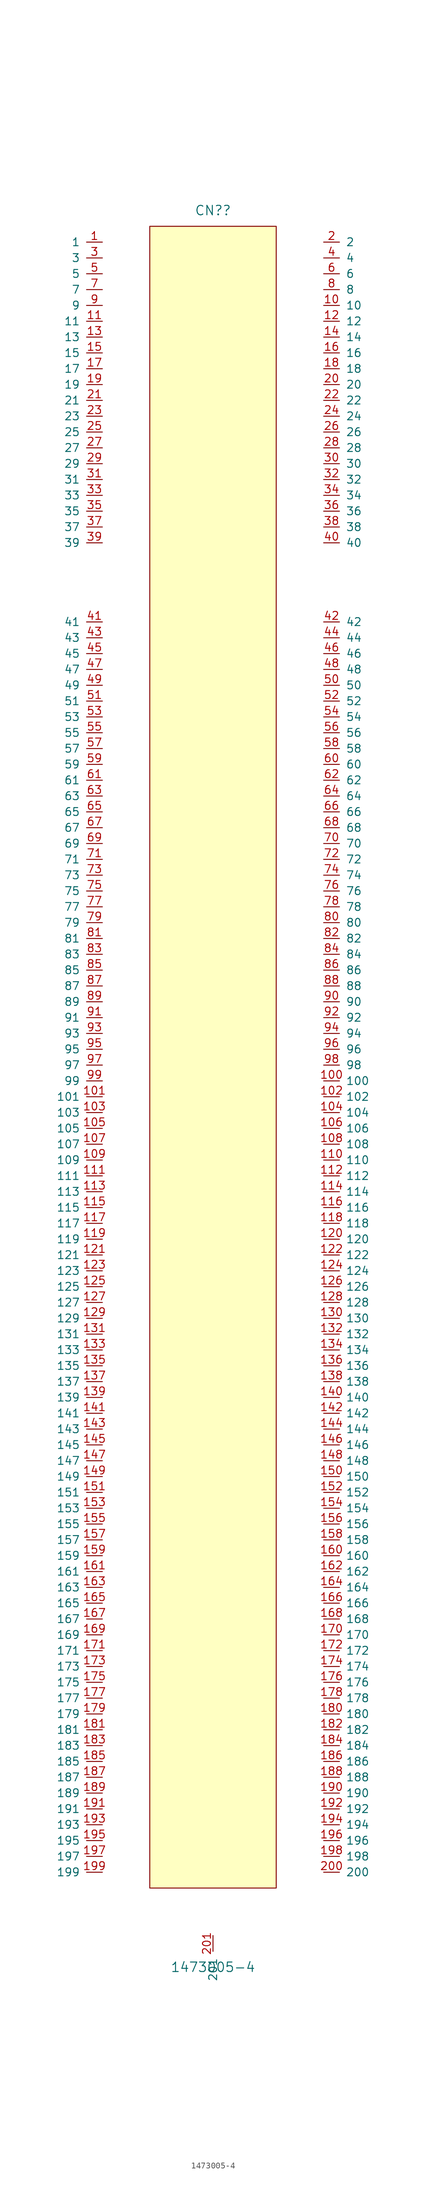
<source format=kicad_sym>
(kicad_symbol_lib
  (version 20211014)
  (generator kicad_symbol_editor)
  (symbol "1473005-4"
    (pin_names
      (offset 1.016))
    (property "Reference" "CN?"
      (at 0 137.16 0)
      (effects (font (size 1.524 1.524))))
    (property "Value" "1473005-4"
      (at 0 -144.78 0)
      (effects (font (size 1.524 1.524))))
    (property "ki_locked" ""
      (at 0 0 0)
      (effects (font (size 1.27 1.27))))
    (symbol "1473005-4_1_1"
      (rectangle (start -10.16 134.62) (end 10.16 -132.08) (stroke (width 0) (type default) (color 0 0 0 0)) (fill (type background)))
      (pin unspecified line (at -17.78 132.08 180) (length 2.54) (name "1" (effects (font (size 1.27 1.27)))) (number "1" (effects (font (size 1.27 1.27)))))
      (pin unspecified line (at 17.78 121.92 0) (length 2.54) (name "10" (effects (font (size 1.27 1.27)))) (number "10" (effects (font (size 1.27 1.27)))))
      (pin unspecified line (at 17.78 -2.54 0) (length 2.54) (name "100" (effects (font (size 1.27 1.27)))) (number "100" (effects (font (size 1.27 1.27)))))
      (pin unspecified line (at -17.78 -5.08 180) (length 2.54) (name "101" (effects (font (size 1.27 1.27)))) (number "101" (effects (font (size 1.27 1.27)))))
      (pin unspecified line (at 17.78 -5.08 0) (length 2.54) (name "102" (effects (font (size 1.27 1.27)))) (number "102" (effects (font (size 1.27 1.27)))))
      (pin unspecified line (at -17.78 -7.62 180) (length 2.54) (name "103" (effects (font (size 1.27 1.27)))) (number "103" (effects (font (size 1.27 1.27)))))
      (pin unspecified line (at 17.78 -7.62 0) (length 2.54) (name "104" (effects (font (size 1.27 1.27)))) (number "104" (effects (font (size 1.27 1.27)))))
      (pin unspecified line (at -17.78 -10.16 180) (length 2.54) (name "105" (effects (font (size 1.27 1.27)))) (number "105" (effects (font (size 1.27 1.27)))))
      (pin unspecified line (at 17.78 -10.16 0) (length 2.54) (name "106" (effects (font (size 1.27 1.27)))) (number "106" (effects (font (size 1.27 1.27)))))
      (pin unspecified line (at -17.78 -12.7 180) (length 2.54) (name "107" (effects (font (size 1.27 1.27)))) (number "107" (effects (font (size 1.27 1.27)))))
      (pin unspecified line (at 17.78 -12.7 0) (length 2.54) (name "108" (effects (font (size 1.27 1.27)))) (number "108" (effects (font (size 1.27 1.27)))))
      (pin unspecified line (at -17.78 -15.24 180) (length 2.54) (name "109" (effects (font (size 1.27 1.27)))) (number "109" (effects (font (size 1.27 1.27)))))
      (pin unspecified line (at -17.78 119.38 180) (length 2.54) (name "11" (effects (font (size 1.27 1.27)))) (number "11" (effects (font (size 1.27 1.27)))))
      (pin unspecified line (at 17.78 -15.24 0) (length 2.54) (name "110" (effects (font (size 1.27 1.27)))) (number "110" (effects (font (size 1.27 1.27)))))
      (pin unspecified line (at -17.78 -17.78 180) (length 2.54) (name "111" (effects (font (size 1.27 1.27)))) (number "111" (effects (font (size 1.27 1.27)))))
      (pin unspecified line (at 17.78 -17.78 0) (length 2.54) (name "112" (effects (font (size 1.27 1.27)))) (number "112" (effects (font (size 1.27 1.27)))))
      (pin unspecified line (at -17.78 -20.32 180) (length 2.54) (name "113" (effects (font (size 1.27 1.27)))) (number "113" (effects (font (size 1.27 1.27)))))
      (pin unspecified line (at 17.78 -20.32 0) (length 2.54) (name "114" (effects (font (size 1.27 1.27)))) (number "114" (effects (font (size 1.27 1.27)))))
      (pin unspecified line (at -17.78 -22.86 180) (length 2.54) (name "115" (effects (font (size 1.27 1.27)))) (number "115" (effects (font (size 1.27 1.27)))))
      (pin unspecified line (at 17.78 -22.86 0) (length 2.54) (name "116" (effects (font (size 1.27 1.27)))) (number "116" (effects (font (size 1.27 1.27)))))
      (pin unspecified line (at -17.78 -25.4 180) (length 2.54) (name "117" (effects (font (size 1.27 1.27)))) (number "117" (effects (font (size 1.27 1.27)))))
      (pin unspecified line (at 17.78 -25.4 0) (length 2.54) (name "118" (effects (font (size 1.27 1.27)))) (number "118" (effects (font (size 1.27 1.27)))))
      (pin unspecified line (at -17.78 -27.94 180) (length 2.54) (name "119" (effects (font (size 1.27 1.27)))) (number "119" (effects (font (size 1.27 1.27)))))
      (pin unspecified line (at 17.78 119.38 0) (length 2.54) (name "12" (effects (font (size 1.27 1.27)))) (number "12" (effects (font (size 1.27 1.27)))))
      (pin unspecified line (at 17.78 -27.94 0) (length 2.54) (name "120" (effects (font (size 1.27 1.27)))) (number "120" (effects (font (size 1.27 1.27)))))
      (pin unspecified line (at -17.78 -30.48 180) (length 2.54) (name "121" (effects (font (size 1.27 1.27)))) (number "121" (effects (font (size 1.27 1.27)))))
      (pin unspecified line (at 17.78 -30.48 0) (length 2.54) (name "122" (effects (font (size 1.27 1.27)))) (number "122" (effects (font (size 1.27 1.27)))))
      (pin unspecified line (at -17.78 -33.02 180) (length 2.54) (name "123" (effects (font (size 1.27 1.27)))) (number "123" (effects (font (size 1.27 1.27)))))
      (pin unspecified line (at 17.78 -33.02 0) (length 2.54) (name "124" (effects (font (size 1.27 1.27)))) (number "124" (effects (font (size 1.27 1.27)))))
      (pin unspecified line (at -17.78 -35.56 180) (length 2.54) (name "125" (effects (font (size 1.27 1.27)))) (number "125" (effects (font (size 1.27 1.27)))))
      (pin unspecified line (at 17.78 -35.56 0) (length 2.54) (name "126" (effects (font (size 1.27 1.27)))) (number "126" (effects (font (size 1.27 1.27)))))
      (pin unspecified line (at -17.78 -38.1 180) (length 2.54) (name "127" (effects (font (size 1.27 1.27)))) (number "127" (effects (font (size 1.27 1.27)))))
      (pin unspecified line (at 17.78 -38.1 0) (length 2.54) (name "128" (effects (font (size 1.27 1.27)))) (number "128" (effects (font (size 1.27 1.27)))))
      (pin unspecified line (at -17.78 -40.64 180) (length 2.54) (name "129" (effects (font (size 1.27 1.27)))) (number "129" (effects (font (size 1.27 1.27)))))
      (pin unspecified line (at -17.78 116.84 180) (length 2.54) (name "13" (effects (font (size 1.27 1.27)))) (number "13" (effects (font (size 1.27 1.27)))))
      (pin unspecified line (at 17.78 -40.64 0) (length 2.54) (name "130" (effects (font (size 1.27 1.27)))) (number "130" (effects (font (size 1.27 1.27)))))
      (pin unspecified line (at -17.78 -43.18 180) (length 2.54) (name "131" (effects (font (size 1.27 1.27)))) (number "131" (effects (font (size 1.27 1.27)))))
      (pin unspecified line (at 17.78 -43.18 0) (length 2.54) (name "132" (effects (font (size 1.27 1.27)))) (number "132" (effects (font (size 1.27 1.27)))))
      (pin unspecified line (at -17.78 -45.72 180) (length 2.54) (name "133" (effects (font (size 1.27 1.27)))) (number "133" (effects (font (size 1.27 1.27)))))
      (pin unspecified line (at 17.78 -45.72 0) (length 2.54) (name "134" (effects (font (size 1.27 1.27)))) (number "134" (effects (font (size 1.27 1.27)))))
      (pin unspecified line (at -17.78 -48.26 180) (length 2.54) (name "135" (effects (font (size 1.27 1.27)))) (number "135" (effects (font (size 1.27 1.27)))))
      (pin unspecified line (at 17.78 -48.26 0) (length 2.54) (name "136" (effects (font (size 1.27 1.27)))) (number "136" (effects (font (size 1.27 1.27)))))
      (pin unspecified line (at -17.78 -50.8 180) (length 2.54) (name "137" (effects (font (size 1.27 1.27)))) (number "137" (effects (font (size 1.27 1.27)))))
      (pin unspecified line (at 17.78 -50.8 0) (length 2.54) (name "138" (effects (font (size 1.27 1.27)))) (number "138" (effects (font (size 1.27 1.27)))))
      (pin unspecified line (at -17.78 -53.34 180) (length 2.54) (name "139" (effects (font (size 1.27 1.27)))) (number "139" (effects (font (size 1.27 1.27)))))
      (pin unspecified line (at 17.78 116.84 0) (length 2.54) (name "14" (effects (font (size 1.27 1.27)))) (number "14" (effects (font (size 1.27 1.27)))))
      (pin unspecified line (at 17.78 -53.34 0) (length 2.54) (name "140" (effects (font (size 1.27 1.27)))) (number "140" (effects (font (size 1.27 1.27)))))
      (pin unspecified line (at -17.78 -55.88 180) (length 2.54) (name "141" (effects (font (size 1.27 1.27)))) (number "141" (effects (font (size 1.27 1.27)))))
      (pin unspecified line (at 17.78 -55.88 0) (length 2.54) (name "142" (effects (font (size 1.27 1.27)))) (number "142" (effects (font (size 1.27 1.27)))))
      (pin unspecified line (at -17.78 -58.42 180) (length 2.54) (name "143" (effects (font (size 1.27 1.27)))) (number "143" (effects (font (size 1.27 1.27)))))
      (pin unspecified line (at 17.78 -58.42 0) (length 2.54) (name "144" (effects (font (size 1.27 1.27)))) (number "144" (effects (font (size 1.27 1.27)))))
      (pin unspecified line (at -17.78 -60.96 180) (length 2.54) (name "145" (effects (font (size 1.27 1.27)))) (number "145" (effects (font (size 1.27 1.27)))))
      (pin unspecified line (at 17.78 -60.96 0) (length 2.54) (name "146" (effects (font (size 1.27 1.27)))) (number "146" (effects (font (size 1.27 1.27)))))
      (pin unspecified line (at -17.78 -63.5 180) (length 2.54) (name "147" (effects (font (size 1.27 1.27)))) (number "147" (effects (font (size 1.27 1.27)))))
      (pin unspecified line (at 17.78 -63.5 0) (length 2.54) (name "148" (effects (font (size 1.27 1.27)))) (number "148" (effects (font (size 1.27 1.27)))))
      (pin unspecified line (at -17.78 -66.04 180) (length 2.54) (name "149" (effects (font (size 1.27 1.27)))) (number "149" (effects (font (size 1.27 1.27)))))
      (pin unspecified line (at -17.78 114.3 180) (length 2.54) (name "15" (effects (font (size 1.27 1.27)))) (number "15" (effects (font (size 1.27 1.27)))))
      (pin unspecified line (at 17.78 -66.04 0) (length 2.54) (name "150" (effects (font (size 1.27 1.27)))) (number "150" (effects (font (size 1.27 1.27)))))
      (pin unspecified line (at -17.78 -68.58 180) (length 2.54) (name "151" (effects (font (size 1.27 1.27)))) (number "151" (effects (font (size 1.27 1.27)))))
      (pin unspecified line (at 17.78 -68.58 0) (length 2.54) (name "152" (effects (font (size 1.27 1.27)))) (number "152" (effects (font (size 1.27 1.27)))))
      (pin unspecified line (at -17.78 -71.12 180) (length 2.54) (name "153" (effects (font (size 1.27 1.27)))) (number "153" (effects (font (size 1.27 1.27)))))
      (pin unspecified line (at 17.78 -71.12 0) (length 2.54) (name "154" (effects (font (size 1.27 1.27)))) (number "154" (effects (font (size 1.27 1.27)))))
      (pin unspecified line (at -17.78 -73.66 180) (length 2.54) (name "155" (effects (font (size 1.27 1.27)))) (number "155" (effects (font (size 1.27 1.27)))))
      (pin unspecified line (at 17.78 -73.66 0) (length 2.54) (name "156" (effects (font (size 1.27 1.27)))) (number "156" (effects (font (size 1.27 1.27)))))
      (pin unspecified line (at -17.78 -76.2 180) (length 2.54) (name "157" (effects (font (size 1.27 1.27)))) (number "157" (effects (font (size 1.27 1.27)))))
      (pin unspecified line (at 17.78 -76.2 0) (length 2.54) (name "158" (effects (font (size 1.27 1.27)))) (number "158" (effects (font (size 1.27 1.27)))))
      (pin unspecified line (at -17.78 -78.74 180) (length 2.54) (name "159" (effects (font (size 1.27 1.27)))) (number "159" (effects (font (size 1.27 1.27)))))
      (pin unspecified line (at 17.78 114.3 0) (length 2.54) (name "16" (effects (font (size 1.27 1.27)))) (number "16" (effects (font (size 1.27 1.27)))))
      (pin unspecified line (at 17.78 -78.74 0) (length 2.54) (name "160" (effects (font (size 1.27 1.27)))) (number "160" (effects (font (size 1.27 1.27)))))
      (pin unspecified line (at -17.78 -81.28 180) (length 2.54) (name "161" (effects (font (size 1.27 1.27)))) (number "161" (effects (font (size 1.27 1.27)))))
      (pin unspecified line (at 17.78 -81.28 0) (length 2.54) (name "162" (effects (font (size 1.27 1.27)))) (number "162" (effects (font (size 1.27 1.27)))))
      (pin unspecified line (at -17.78 -83.82 180) (length 2.54) (name "163" (effects (font (size 1.27 1.27)))) (number "163" (effects (font (size 1.27 1.27)))))
      (pin unspecified line (at 17.78 -83.82 0) (length 2.54) (name "164" (effects (font (size 1.27 1.27)))) (number "164" (effects (font (size 1.27 1.27)))))
      (pin unspecified line (at -17.78 -86.36 180) (length 2.54) (name "165" (effects (font (size 1.27 1.27)))) (number "165" (effects (font (size 1.27 1.27)))))
      (pin unspecified line (at 17.78 -86.36 0) (length 2.54) (name "166" (effects (font (size 1.27 1.27)))) (number "166" (effects (font (size 1.27 1.27)))))
      (pin unspecified line (at -17.78 -88.9 180) (length 2.54) (name "167" (effects (font (size 1.27 1.27)))) (number "167" (effects (font (size 1.27 1.27)))))
      (pin unspecified line (at 17.78 -88.9 0) (length 2.54) (name "168" (effects (font (size 1.27 1.27)))) (number "168" (effects (font (size 1.27 1.27)))))
      (pin unspecified line (at -17.78 -91.44 180) (length 2.54) (name "169" (effects (font (size 1.27 1.27)))) (number "169" (effects (font (size 1.27 1.27)))))
      (pin unspecified line (at -17.78 111.76 180) (length 2.54) (name "17" (effects (font (size 1.27 1.27)))) (number "17" (effects (font (size 1.27 1.27)))))
      (pin unspecified line (at 17.78 -91.44 0) (length 2.54) (name "170" (effects (font (size 1.27 1.27)))) (number "170" (effects (font (size 1.27 1.27)))))
      (pin unspecified line (at -17.78 -93.98 180) (length 2.54) (name "171" (effects (font (size 1.27 1.27)))) (number "171" (effects (font (size 1.27 1.27)))))
      (pin unspecified line (at 17.78 -93.98 0) (length 2.54) (name "172" (effects (font (size 1.27 1.27)))) (number "172" (effects (font (size 1.27 1.27)))))
      (pin unspecified line (at -17.78 -96.52 180) (length 2.54) (name "173" (effects (font (size 1.27 1.27)))) (number "173" (effects (font (size 1.27 1.27)))))
      (pin unspecified line (at 17.78 -96.52 0) (length 2.54) (name "174" (effects (font (size 1.27 1.27)))) (number "174" (effects (font (size 1.27 1.27)))))
      (pin unspecified line (at -17.78 -99.06 180) (length 2.54) (name "175" (effects (font (size 1.27 1.27)))) (number "175" (effects (font (size 1.27 1.27)))))
      (pin unspecified line (at 17.78 -99.06 0) (length 2.54) (name "176" (effects (font (size 1.27 1.27)))) (number "176" (effects (font (size 1.27 1.27)))))
      (pin unspecified line (at -17.78 -101.6 180) (length 2.54) (name "177" (effects (font (size 1.27 1.27)))) (number "177" (effects (font (size 1.27 1.27)))))
      (pin unspecified line (at 17.78 -101.6 0) (length 2.54) (name "178" (effects (font (size 1.27 1.27)))) (number "178" (effects (font (size 1.27 1.27)))))
      (pin unspecified line (at -17.78 -104.14 180) (length 2.54) (name "179" (effects (font (size 1.27 1.27)))) (number "179" (effects (font (size 1.27 1.27)))))
      (pin unspecified line (at 17.78 111.76 0) (length 2.54) (name "18" (effects (font (size 1.27 1.27)))) (number "18" (effects (font (size 1.27 1.27)))))
      (pin unspecified line (at 17.78 -104.14 0) (length 2.54) (name "180" (effects (font (size 1.27 1.27)))) (number "180" (effects (font (size 1.27 1.27)))))
      (pin unspecified line (at -17.78 -106.68 180) (length 2.54) (name "181" (effects (font (size 1.27 1.27)))) (number "181" (effects (font (size 1.27 1.27)))))
      (pin unspecified line (at 17.78 -106.68 0) (length 2.54) (name "182" (effects (font (size 1.27 1.27)))) (number "182" (effects (font (size 1.27 1.27)))))
      (pin unspecified line (at -17.78 -109.22 180) (length 2.54) (name "183" (effects (font (size 1.27 1.27)))) (number "183" (effects (font (size 1.27 1.27)))))
      (pin unspecified line (at 17.78 -109.22 0) (length 2.54) (name "184" (effects (font (size 1.27 1.27)))) (number "184" (effects (font (size 1.27 1.27)))))
      (pin unspecified line (at -17.78 -111.76 180) (length 2.54) (name "185" (effects (font (size 1.27 1.27)))) (number "185" (effects (font (size 1.27 1.27)))))
      (pin unspecified line (at 17.78 -111.76 0) (length 2.54) (name "186" (effects (font (size 1.27 1.27)))) (number "186" (effects (font (size 1.27 1.27)))))
      (pin unspecified line (at -17.78 -114.3 180) (length 2.54) (name "187" (effects (font (size 1.27 1.27)))) (number "187" (effects (font (size 1.27 1.27)))))
      (pin unspecified line (at 17.78 -114.3 0) (length 2.54) (name "188" (effects (font (size 1.27 1.27)))) (number "188" (effects (font (size 1.27 1.27)))))
      (pin unspecified line (at -17.78 -116.84 180) (length 2.54) (name "189" (effects (font (size 1.27 1.27)))) (number "189" (effects (font (size 1.27 1.27)))))
      (pin unspecified line (at -17.78 109.22 180) (length 2.54) (name "19" (effects (font (size 1.27 1.27)))) (number "19" (effects (font (size 1.27 1.27)))))
      (pin unspecified line (at 17.78 -116.84 0) (length 2.54) (name "190" (effects (font (size 1.27 1.27)))) (number "190" (effects (font (size 1.27 1.27)))))
      (pin unspecified line (at -17.78 -119.38 180) (length 2.54) (name "191" (effects (font (size 1.27 1.27)))) (number "191" (effects (font (size 1.27 1.27)))))
      (pin unspecified line (at 17.78 -119.38 0) (length 2.54) (name "192" (effects (font (size 1.27 1.27)))) (number "192" (effects (font (size 1.27 1.27)))))
      (pin unspecified line (at -17.78 -121.92 180) (length 2.54) (name "193" (effects (font (size 1.27 1.27)))) (number "193" (effects (font (size 1.27 1.27)))))
      (pin unspecified line (at 17.78 -121.92 0) (length 2.54) (name "194" (effects (font (size 1.27 1.27)))) (number "194" (effects (font (size 1.27 1.27)))))
      (pin unspecified line (at -17.78 -124.46 180) (length 2.54) (name "195" (effects (font (size 1.27 1.27)))) (number "195" (effects (font (size 1.27 1.27)))))
      (pin unspecified line (at 17.78 -124.46 0) (length 2.54) (name "196" (effects (font (size 1.27 1.27)))) (number "196" (effects (font (size 1.27 1.27)))))
      (pin unspecified line (at -17.78 -127 180) (length 2.54) (name "197" (effects (font (size 1.27 1.27)))) (number "197" (effects (font (size 1.27 1.27)))))
      (pin unspecified line (at 17.78 -127 0) (length 2.54) (name "198" (effects (font (size 1.27 1.27)))) (number "198" (effects (font (size 1.27 1.27)))))
      (pin unspecified line (at -17.78 -129.54 180) (length 2.54) (name "199" (effects (font (size 1.27 1.27)))) (number "199" (effects (font (size 1.27 1.27)))))
      (pin unspecified line (at 17.78 132.08 0) (length 2.54) (name "2" (effects (font (size 1.27 1.27)))) (number "2" (effects (font (size 1.27 1.27)))))
      (pin unspecified line (at 17.78 109.22 0) (length 2.54) (name "20" (effects (font (size 1.27 1.27)))) (number "20" (effects (font (size 1.27 1.27)))))
      (pin unspecified line (at 17.78 -129.54 0) (length 2.54) (name "200" (effects (font (size 1.27 1.27)))) (number "200" (effects (font (size 1.27 1.27)))))
      (pin unspecified line (at 0 -139.7 270) (length 2.54) (name "201" (effects (font (size 1.27 1.27)))) (number "201" (effects (font (size 1.27 1.27)))))
      (pin unspecified line (at -17.78 106.68 180) (length 2.54) (name "21" (effects (font (size 1.27 1.27)))) (number "21" (effects (font (size 1.27 1.27)))))
      (pin unspecified line (at 17.78 106.68 0) (length 2.54) (name "22" (effects (font (size 1.27 1.27)))) (number "22" (effects (font (size 1.27 1.27)))))
      (pin unspecified line (at -17.78 104.14 180) (length 2.54) (name "23" (effects (font (size 1.27 1.27)))) (number "23" (effects (font (size 1.27 1.27)))))
      (pin unspecified line (at 17.78 104.14 0) (length 2.54) (name "24" (effects (font (size 1.27 1.27)))) (number "24" (effects (font (size 1.27 1.27)))))
      (pin unspecified line (at -17.78 101.6 180) (length 2.54) (name "25" (effects (font (size 1.27 1.27)))) (number "25" (effects (font (size 1.27 1.27)))))
      (pin unspecified line (at 17.78 101.6 0) (length 2.54) (name "26" (effects (font (size 1.27 1.27)))) (number "26" (effects (font (size 1.27 1.27)))))
      (pin unspecified line (at -17.78 99.06 180) (length 2.54) (name "27" (effects (font (size 1.27 1.27)))) (number "27" (effects (font (size 1.27 1.27)))))
      (pin unspecified line (at 17.78 99.06 0) (length 2.54) (name "28" (effects (font (size 1.27 1.27)))) (number "28" (effects (font (size 1.27 1.27)))))
      (pin unspecified line (at -17.78 96.52 180) (length 2.54) (name "29" (effects (font (size 1.27 1.27)))) (number "29" (effects (font (size 1.27 1.27)))))
      (pin unspecified line (at -17.78 129.54 180) (length 2.54) (name "3" (effects (font (size 1.27 1.27)))) (number "3" (effects (font (size 1.27 1.27)))))
      (pin unspecified line (at 17.78 96.52 0) (length 2.54) (name "30" (effects (font (size 1.27 1.27)))) (number "30" (effects (font (size 1.27 1.27)))))
      (pin unspecified line (at -17.78 93.98 180) (length 2.54) (name "31" (effects (font (size 1.27 1.27)))) (number "31" (effects (font (size 1.27 1.27)))))
      (pin unspecified line (at 17.78 93.98 0) (length 2.54) (name "32" (effects (font (size 1.27 1.27)))) (number "32" (effects (font (size 1.27 1.27)))))
      (pin unspecified line (at -17.78 91.44 180) (length 2.54) (name "33" (effects (font (size 1.27 1.27)))) (number "33" (effects (font (size 1.27 1.27)))))
      (pin unspecified line (at 17.78 91.44 0) (length 2.54) (name "34" (effects (font (size 1.27 1.27)))) (number "34" (effects (font (size 1.27 1.27)))))
      (pin unspecified line (at -17.78 88.9 180) (length 2.54) (name "35" (effects (font (size 1.27 1.27)))) (number "35" (effects (font (size 1.27 1.27)))))
      (pin unspecified line (at 17.78 88.9 0) (length 2.54) (name "36" (effects (font (size 1.27 1.27)))) (number "36" (effects (font (size 1.27 1.27)))))
      (pin unspecified line (at -17.78 86.36 180) (length 2.54) (name "37" (effects (font (size 1.27 1.27)))) (number "37" (effects (font (size 1.27 1.27)))))
      (pin unspecified line (at 17.78 86.36 0) (length 2.54) (name "38" (effects (font (size 1.27 1.27)))) (number "38" (effects (font (size 1.27 1.27)))))
      (pin unspecified line (at -17.78 83.82 180) (length 2.54) (name "39" (effects (font (size 1.27 1.27)))) (number "39" (effects (font (size 1.27 1.27)))))
      (pin unspecified line (at 17.78 129.54 0) (length 2.54) (name "4" (effects (font (size 1.27 1.27)))) (number "4" (effects (font (size 1.27 1.27)))))
      (pin unspecified line (at 17.78 83.82 0) (length 2.54) (name "40" (effects (font (size 1.27 1.27)))) (number "40" (effects (font (size 1.27 1.27)))))
      (pin unspecified line (at -17.78 71.12 180) (length 2.54) (name "41" (effects (font (size 1.27 1.27)))) (number "41" (effects (font (size 1.27 1.27)))))
      (pin unspecified line (at 17.78 71.12 0) (length 2.54) (name "42" (effects (font (size 1.27 1.27)))) (number "42" (effects (font (size 1.27 1.27)))))
      (pin unspecified line (at -17.78 68.58 180) (length 2.54) (name "43" (effects (font (size 1.27 1.27)))) (number "43" (effects (font (size 1.27 1.27)))))
      (pin unspecified line (at 17.78 68.58 0) (length 2.54) (name "44" (effects (font (size 1.27 1.27)))) (number "44" (effects (font (size 1.27 1.27)))))
      (pin unspecified line (at -17.78 66.04 180) (length 2.54) (name "45" (effects (font (size 1.27 1.27)))) (number "45" (effects (font (size 1.27 1.27)))))
      (pin unspecified line (at 17.78 66.04 0) (length 2.54) (name "46" (effects (font (size 1.27 1.27)))) (number "46" (effects (font (size 1.27 1.27)))))
      (pin unspecified line (at -17.78 63.5 180) (length 2.54) (name "47" (effects (font (size 1.27 1.27)))) (number "47" (effects (font (size 1.27 1.27)))))
      (pin unspecified line (at 17.78 63.5 0) (length 2.54) (name "48" (effects (font (size 1.27 1.27)))) (number "48" (effects (font (size 1.27 1.27)))))
      (pin unspecified line (at -17.78 60.96 180) (length 2.54) (name "49" (effects (font (size 1.27 1.27)))) (number "49" (effects (font (size 1.27 1.27)))))
      (pin unspecified line (at -17.78 127 180) (length 2.54) (name "5" (effects (font (size 1.27 1.27)))) (number "5" (effects (font (size 1.27 1.27)))))
      (pin unspecified line (at 17.78 60.96 0) (length 2.54) (name "50" (effects (font (size 1.27 1.27)))) (number "50" (effects (font (size 1.27 1.27)))))
      (pin unspecified line (at -17.78 58.42 180) (length 2.54) (name "51" (effects (font (size 1.27 1.27)))) (number "51" (effects (font (size 1.27 1.27)))))
      (pin unspecified line (at 17.78 58.42 0) (length 2.54) (name "52" (effects (font (size 1.27 1.27)))) (number "52" (effects (font (size 1.27 1.27)))))
      (pin unspecified line (at -17.78 55.88 180) (length 2.54) (name "53" (effects (font (size 1.27 1.27)))) (number "53" (effects (font (size 1.27 1.27)))))
      (pin unspecified line (at 17.78 55.88 0) (length 2.54) (name "54" (effects (font (size 1.27 1.27)))) (number "54" (effects (font (size 1.27 1.27)))))
      (pin unspecified line (at -17.78 53.34 180) (length 2.54) (name "55" (effects (font (size 1.27 1.27)))) (number "55" (effects (font (size 1.27 1.27)))))
      (pin unspecified line (at 17.78 53.34 0) (length 2.54) (name "56" (effects (font (size 1.27 1.27)))) (number "56" (effects (font (size 1.27 1.27)))))
      (pin unspecified line (at -17.78 50.8 180) (length 2.54) (name "57" (effects (font (size 1.27 1.27)))) (number "57" (effects (font (size 1.27 1.27)))))
      (pin unspecified line (at 17.78 50.8 0) (length 2.54) (name "58" (effects (font (size 1.27 1.27)))) (number "58" (effects (font (size 1.27 1.27)))))
      (pin unspecified line (at -17.78 48.26 180) (length 2.54) (name "59" (effects (font (size 1.27 1.27)))) (number "59" (effects (font (size 1.27 1.27)))))
      (pin unspecified line (at 17.78 127 0) (length 2.54) (name "6" (effects (font (size 1.27 1.27)))) (number "6" (effects (font (size 1.27 1.27)))))
      (pin unspecified line (at 17.78 48.26 0) (length 2.54) (name "60" (effects (font (size 1.27 1.27)))) (number "60" (effects (font (size 1.27 1.27)))))
      (pin unspecified line (at -17.78 45.72 180) (length 2.54) (name "61" (effects (font (size 1.27 1.27)))) (number "61" (effects (font (size 1.27 1.27)))))
      (pin unspecified line (at 17.78 45.72 0) (length 2.54) (name "62" (effects (font (size 1.27 1.27)))) (number "62" (effects (font (size 1.27 1.27)))))
      (pin unspecified line (at -17.78 43.18 180) (length 2.54) (name "63" (effects (font (size 1.27 1.27)))) (number "63" (effects (font (size 1.27 1.27)))))
      (pin unspecified line (at 17.78 43.18 0) (length 2.54) (name "64" (effects (font (size 1.27 1.27)))) (number "64" (effects (font (size 1.27 1.27)))))
      (pin unspecified line (at -17.78 40.64 180) (length 2.54) (name "65" (effects (font (size 1.27 1.27)))) (number "65" (effects (font (size 1.27 1.27)))))
      (pin unspecified line (at 17.78 40.64 0) (length 2.54) (name "66" (effects (font (size 1.27 1.27)))) (number "66" (effects (font (size 1.27 1.27)))))
      (pin unspecified line (at -17.78 38.1 180) (length 2.54) (name "67" (effects (font (size 1.27 1.27)))) (number "67" (effects (font (size 1.27 1.27)))))
      (pin unspecified line (at 17.78 38.1 0) (length 2.54) (name "68" (effects (font (size 1.27 1.27)))) (number "68" (effects (font (size 1.27 1.27)))))
      (pin unspecified line (at -17.78 35.56 180) (length 2.54) (name "69" (effects (font (size 1.27 1.27)))) (number "69" (effects (font (size 1.27 1.27)))))
      (pin unspecified line (at -17.78 124.46 180) (length 2.54) (name "7" (effects (font (size 1.27 1.27)))) (number "7" (effects (font (size 1.27 1.27)))))
      (pin unspecified line (at 17.78 35.56 0) (length 2.54) (name "70" (effects (font (size 1.27 1.27)))) (number "70" (effects (font (size 1.27 1.27)))))
      (pin unspecified line (at -17.78 33.02 180) (length 2.54) (name "71" (effects (font (size 1.27 1.27)))) (number "71" (effects (font (size 1.27 1.27)))))
      (pin unspecified line (at 17.78 33.02 0) (length 2.54) (name "72" (effects (font (size 1.27 1.27)))) (number "72" (effects (font (size 1.27 1.27)))))
      (pin unspecified line (at -17.78 30.48 180) (length 2.54) (name "73" (effects (font (size 1.27 1.27)))) (number "73" (effects (font (size 1.27 1.27)))))
      (pin unspecified line (at 17.78 30.48 0) (length 2.54) (name "74" (effects (font (size 1.27 1.27)))) (number "74" (effects (font (size 1.27 1.27)))))
      (pin unspecified line (at -17.78 27.94 180) (length 2.54) (name "75" (effects (font (size 1.27 1.27)))) (number "75" (effects (font (size 1.27 1.27)))))
      (pin unspecified line (at 17.78 27.94 0) (length 2.54) (name "76" (effects (font (size 1.27 1.27)))) (number "76" (effects (font (size 1.27 1.27)))))
      (pin unspecified line (at -17.78 25.4 180) (length 2.54) (name "77" (effects (font (size 1.27 1.27)))) (number "77" (effects (font (size 1.27 1.27)))))
      (pin unspecified line (at 17.78 25.4 0) (length 2.54) (name "78" (effects (font (size 1.27 1.27)))) (number "78" (effects (font (size 1.27 1.27)))))
      (pin unspecified line (at -17.78 22.86 180) (length 2.54) (name "79" (effects (font (size 1.27 1.27)))) (number "79" (effects (font (size 1.27 1.27)))))
      (pin unspecified line (at 17.78 124.46 0) (length 2.54) (name "8" (effects (font (size 1.27 1.27)))) (number "8" (effects (font (size 1.27 1.27)))))
      (pin unspecified line (at 17.78 22.86 0) (length 2.54) (name "80" (effects (font (size 1.27 1.27)))) (number "80" (effects (font (size 1.27 1.27)))))
      (pin unspecified line (at -17.78 20.32 180) (length 2.54) (name "81" (effects (font (size 1.27 1.27)))) (number "81" (effects (font (size 1.27 1.27)))))
      (pin unspecified line (at 17.78 20.32 0) (length 2.54) (name "82" (effects (font (size 1.27 1.27)))) (number "82" (effects (font (size 1.27 1.27)))))
      (pin unspecified line (at -17.78 17.78 180) (length 2.54) (name "83" (effects (font (size 1.27 1.27)))) (number "83" (effects (font (size 1.27 1.27)))))
      (pin unspecified line (at 17.78 17.78 0) (length 2.54) (name "84" (effects (font (size 1.27 1.27)))) (number "84" (effects (font (size 1.27 1.27)))))
      (pin unspecified line (at -17.78 15.24 180) (length 2.54) (name "85" (effects (font (size 1.27 1.27)))) (number "85" (effects (font (size 1.27 1.27)))))
      (pin unspecified line (at 17.78 15.24 0) (length 2.54) (name "86" (effects (font (size 1.27 1.27)))) (number "86" (effects (font (size 1.27 1.27)))))
      (pin unspecified line (at -17.78 12.7 180) (length 2.54) (name "87" (effects (font (size 1.27 1.27)))) (number "87" (effects (font (size 1.27 1.27)))))
      (pin unspecified line (at 17.78 12.7 0) (length 2.54) (name "88" (effects (font (size 1.27 1.27)))) (number "88" (effects (font (size 1.27 1.27)))))
      (pin unspecified line (at -17.78 10.16 180) (length 2.54) (name "89" (effects (font (size 1.27 1.27)))) (number "89" (effects (font (size 1.27 1.27)))))
      (pin unspecified line (at -17.78 121.92 180) (length 2.54) (name "9" (effects (font (size 1.27 1.27)))) (number "9" (effects (font (size 1.27 1.27)))))
      (pin unspecified line (at 17.78 10.16 0) (length 2.54) (name "90" (effects (font (size 1.27 1.27)))) (number "90" (effects (font (size 1.27 1.27)))))
      (pin unspecified line (at -17.78 7.62 180) (length 2.54) (name "91" (effects (font (size 1.27 1.27)))) (number "91" (effects (font (size 1.27 1.27)))))
      (pin unspecified line (at 17.78 7.62 0) (length 2.54) (name "92" (effects (font (size 1.27 1.27)))) (number "92" (effects (font (size 1.27 1.27)))))
      (pin unspecified line (at -17.78 5.08 180) (length 2.54) (name "93" (effects (font (size 1.27 1.27)))) (number "93" (effects (font (size 1.27 1.27)))))
      (pin unspecified line (at 17.78 5.08 0) (length 2.54) (name "94" (effects (font (size 1.27 1.27)))) (number "94" (effects (font (size 1.27 1.27)))))
      (pin unspecified line (at -17.78 2.54 180) (length 2.54) (name "95" (effects (font (size 1.27 1.27)))) (number "95" (effects (font (size 1.27 1.27)))))
      (pin unspecified line (at 17.78 2.54 0) (length 2.54) (name "96" (effects (font (size 1.27 1.27)))) (number "96" (effects (font (size 1.27 1.27)))))
      (pin unspecified line (at -17.78 0 180) (length 2.54) (name "97" (effects (font (size 1.27 1.27)))) (number "97" (effects (font (size 1.27 1.27)))))
      (pin unspecified line (at 17.78 0 0) (length 2.54) (name "98" (effects (font (size 1.27 1.27)))) (number "98" (effects (font (size 1.27 1.27)))))
      (pin unspecified line (at -17.78 -2.54 180) (length 2.54) (name "99" (effects (font (size 1.27 1.27)))) (number "99" (effects (font (size 1.27 1.27))))))))
</source>
